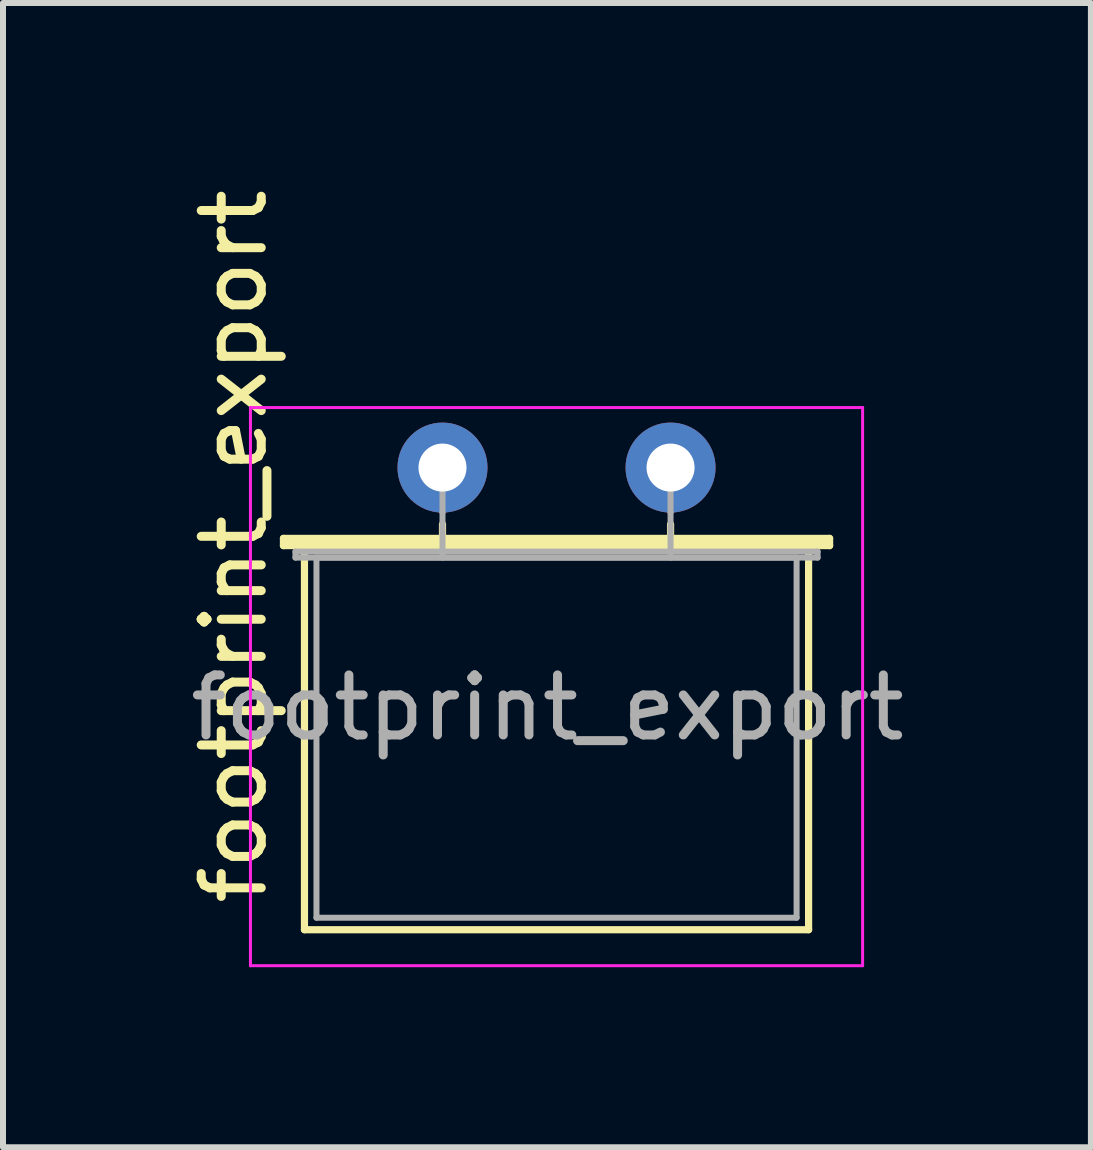
<source format=kicad_pcb>
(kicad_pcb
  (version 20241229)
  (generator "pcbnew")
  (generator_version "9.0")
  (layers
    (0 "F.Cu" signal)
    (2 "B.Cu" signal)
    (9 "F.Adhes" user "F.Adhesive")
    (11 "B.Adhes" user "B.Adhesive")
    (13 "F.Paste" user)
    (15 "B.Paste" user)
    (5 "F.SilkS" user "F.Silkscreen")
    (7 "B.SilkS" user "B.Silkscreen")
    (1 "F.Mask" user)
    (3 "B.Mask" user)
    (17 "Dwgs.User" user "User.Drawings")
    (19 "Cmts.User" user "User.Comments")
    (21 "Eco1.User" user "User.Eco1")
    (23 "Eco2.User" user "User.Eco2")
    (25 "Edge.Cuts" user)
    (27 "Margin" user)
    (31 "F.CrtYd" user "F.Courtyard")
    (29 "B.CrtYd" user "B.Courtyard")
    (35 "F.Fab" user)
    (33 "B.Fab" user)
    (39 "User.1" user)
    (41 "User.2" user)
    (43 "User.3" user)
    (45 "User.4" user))
  (footprint "footprint_export"
    (layer "F.Cu")
    (at 4.323 4.741)
    (property "Reference" "footprint_export" (at -3.475 1.312 90) (layer "F.SilkS") (effects (font (size 1 1) (thickness 0.15))))
    (attr through_hole)
    (fp_line (start -2.65 1.18) (end 6.45 1.18) (stroke (width 0.12) (type solid)) (layer "F.SilkS"))
    (fp_line (start -2.65 1.3) (end -2.65 1.18) (stroke (width 0.12) (type solid)) (layer "F.SilkS"))
    (fp_line (start -2.3 1.3) (end -2.3 7.7) (stroke (width 0.12) (type solid)) (layer "F.SilkS"))
    (fp_line (start -2.3 7.7) (end 6.1 7.7) (stroke (width 0.12) (type solid)) (layer "F.SilkS"))
    (fp_line (start 0 0.95) (end 0 0.95) (stroke (width 0.12) (type solid)) (layer "F.SilkS"))
    (fp_line (start 0 1.3) (end 0 0.95) (stroke (width 0.12) (type solid)) (layer "F.SilkS"))
    (fp_line (start 3.8 0.95) (end 3.8 0.95) (stroke (width 0.12) (type solid)) (layer "F.SilkS"))
    (fp_line (start 3.8 1.3) (end 3.8 0.95) (stroke (width 0.12) (type solid)) (layer "F.SilkS"))
    (fp_line (start 6.1 1.3) (end -2.3 1.3) (stroke (width 0.12) (type solid)) (layer "F.SilkS"))
    (fp_line (start 6.1 7.7) (end 6.1 1.3) (stroke (width 0.12) (type solid)) (layer "F.SilkS"))
    (fp_line (start 6.45 1.18) (end 6.45 1.3) (stroke (width 0.12) (type solid)) (layer "F.SilkS"))
    (fp_line (start 6.45 1.3) (end -2.65 1.3) (stroke (width 0.12) (type solid)) (layer "F.SilkS"))
    (fp_line (start -3.2 -1) (end -3.2 8.3) (stroke (width 0.05) (type solid)) (layer "F.CrtYd"))
    (fp_line (start -3.2 8.3) (end 7 8.3) (stroke (width 0.05) (type solid)) (layer "F.CrtYd"))
    (fp_line (start 7 -1) (end -3.2 -1) (stroke (width 0.05) (type solid)) (layer "F.CrtYd"))
    (fp_line (start 7 8.3) (end 7 -1) (stroke (width 0.05) (type solid)) (layer "F.CrtYd"))
    (fp_line (start -2.45 1.4) (end 6.25 1.4) (stroke (width 0.1) (type solid)) (layer "F.Fab"))
    (fp_line (start -2.45 1.5) (end -2.45 1.4) (stroke (width 0.1) (type solid)) (layer "F.Fab"))
    (fp_line (start -2.1 1.5) (end -2.1 7.5) (stroke (width 0.1) (type solid)) (layer "F.Fab"))
    (fp_line (start -2.1 7.5) (end 5.9 7.5) (stroke (width 0.1) (type solid)) (layer "F.Fab"))
    (fp_line (start 0 0.75) (end 0 0) (stroke (width 0.1) (type solid)) (layer "F.Fab"))
    (fp_line (start 0 1.5) (end 0 0.75) (stroke (width 0.1) (type solid)) (layer "F.Fab"))
    (fp_line (start 3.8 0.75) (end 3.8 0) (stroke (width 0.1) (type solid)) (layer "F.Fab"))
    (fp_line (start 3.8 1.5) (end 3.8 0.75) (stroke (width 0.1) (type solid)) (layer "F.Fab"))
    (fp_line (start 5.9 1.5) (end -2.1 1.5) (stroke (width 0.1) (type solid)) (layer "F.Fab"))
    (fp_line (start 5.9 7.5) (end 5.9 1.5) (stroke (width 0.1) (type solid)) (layer "F.Fab"))
    (fp_line (start 6.25 1.4) (end 6.25 1.5) (stroke (width 0.1) (type solid)) (layer "F.Fab"))
    (fp_line (start 6.25 1.5) (end -2.45 1.5) (stroke (width 0.1) (type solid)) (layer "F.Fab"))
    (fp_text user "${REFERENCE}" (at 1.75 4 0) (layer "F.Fab") (effects (font (size 1 1) (thickness 0.15))))
    (pad "1" thru_hole circle (at 0 0) (size 1.5 1.5) (drill 0.8) (layers "*.Cu" "*.Mask"))
    (pad "2" thru_hole circle (at 3.8 0) (size 1.5 1.5) (drill 0.8) (layers "*.Cu" "*.Mask")))
  (gr_rect
    (start -3 -3)
    (end 15.127 16.066)
    (stroke (width 0.1) (type default))
    (fill no)
    (layer "Edge.Cuts")))
</source>
